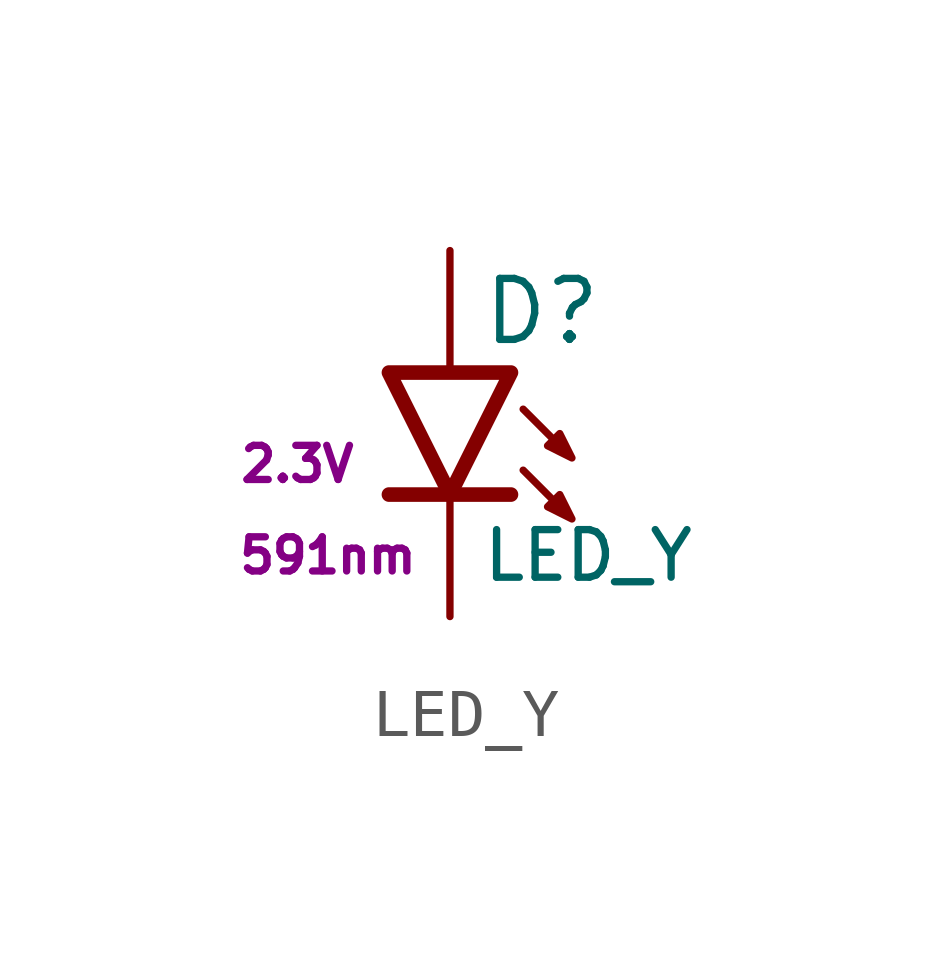
<source format=kicad_sym>
(kicad_symbol_lib
  (version 20211014)
  (generator kicad_symbol_editor)
  (symbol "LED_Y"
    (pin_numbers hide)
    (pin_names
      (offset 0.254) hide)
    (property "Reference" "D"
      (at 0.635 2.54 0)
      (effects (font (size 1.27 1.27)) (justify left)))
    (property "Value" "LED_Y"
      (at 0.635 -2.54 0)
      (effects (font (size 0.991 0.991)) (justify left)))
    (property "Vd" "2.3V"
      (at -3.175 -0.635 0)
      (effects (font (size 0.711 0.711))))
    (property "Wavelength" "591nm"
      (at -2.54 -2.54 0)
      (effects (font (size 0.711 0.711))))
    (symbol "LED_Y_1_1"
      (polyline (pts (xy 1.27 -1.27) (xy -1.27 -1.27)) (stroke (width 0.305) (type default) (color 0 0 0 0)) (fill (type none)))
      (polyline (pts (xy 1.27 1.27) (xy -1.27 1.27) (xy 0 -1.27) (xy 1.27 1.27)) (stroke (width 0.305) (type default) (color 0 0 0 0)) (fill (type none)))
      (polyline (pts (xy 1.524 -0.762) (xy 2.54 -1.778) (xy 2.286 -1.27) (xy 2.032 -1.524) (xy 2.54 -1.778)) (stroke (width 0) (type default) (color 0 0 0 0)) (fill (type none)))
      (polyline (pts (xy 1.524 0.508) (xy 2.54 -0.508) (xy 2.286 0) (xy 2.032 -0.254) (xy 2.54 -0.508)) (stroke (width 0) (type default) (color 0 0 0 0)) (fill (type none)))
      (pin passive line (at 0 -3.81 90) (length 2.54) (name "K" (effects (font (size 1.27 1.27)))) (number "1" (effects (font (size 1.27 1.27)))))
      (pin passive line (at 0 3.81 270) (length 2.54) (name "A" (effects (font (size 1.27 1.27)))) (number "2" (effects (font (size 1.27 1.27))))))))
</source>
